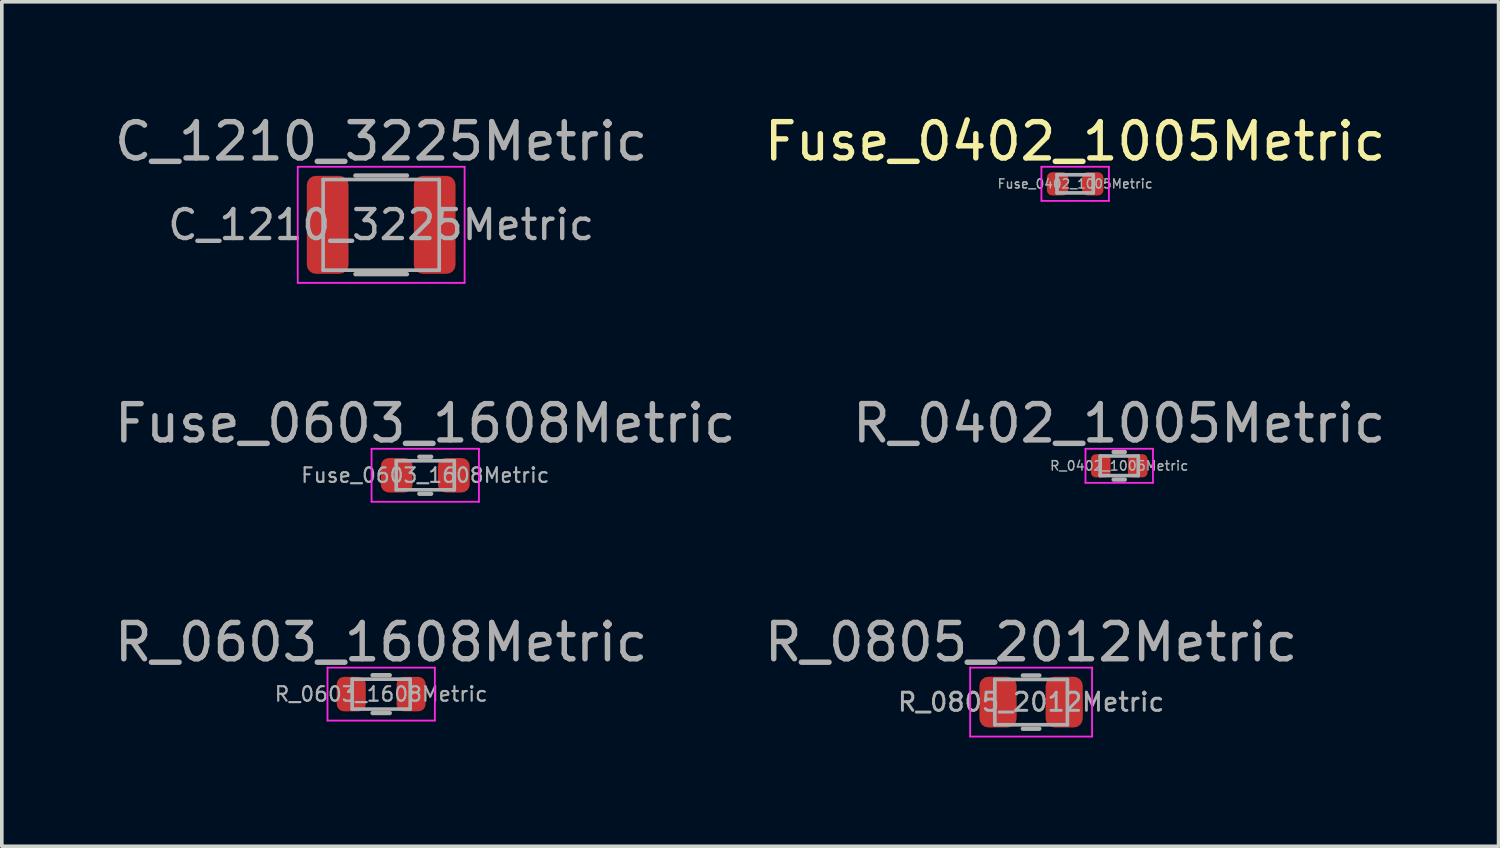
<source format=kicad_pcb>
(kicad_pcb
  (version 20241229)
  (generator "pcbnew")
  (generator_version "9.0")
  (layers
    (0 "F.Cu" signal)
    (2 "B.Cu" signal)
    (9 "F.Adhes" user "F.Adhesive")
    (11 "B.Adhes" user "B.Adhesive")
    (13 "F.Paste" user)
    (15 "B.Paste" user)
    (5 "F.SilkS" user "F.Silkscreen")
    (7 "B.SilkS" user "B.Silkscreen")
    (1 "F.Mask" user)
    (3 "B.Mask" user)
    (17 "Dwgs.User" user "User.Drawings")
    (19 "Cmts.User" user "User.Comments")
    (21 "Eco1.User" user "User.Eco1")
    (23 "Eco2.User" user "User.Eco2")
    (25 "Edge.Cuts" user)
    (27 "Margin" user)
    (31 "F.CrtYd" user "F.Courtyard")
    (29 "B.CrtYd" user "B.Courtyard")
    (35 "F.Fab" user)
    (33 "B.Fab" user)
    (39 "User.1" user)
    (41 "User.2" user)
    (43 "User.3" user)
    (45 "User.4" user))
  (footprint "R_0603_1608Metric"
    (layer "F.Cu")
    (at 7.458 16.085)
    (property "Reference" "R_0603_1608Metric" (at 0 -1.43 0) (layer "F.Fab") (effects (font (size 1 1) (thickness 0.15))))
    (attr smd)
    (fp_line (start -1.48 -0.73) (end 1.48 -0.73) (stroke (width 0.05) (type solid)) (layer "F.CrtYd"))
    (fp_line (start -1.48 0.73) (end -1.48 -0.73) (stroke (width 0.05) (type solid)) (layer "F.CrtYd"))
    (fp_line (start 1.48 -0.73) (end 1.48 0.73) (stroke (width 0.05) (type solid)) (layer "F.CrtYd"))
    (fp_line (start 1.48 0.73) (end -1.48 0.73) (stroke (width 0.05) (type solid)) (layer "F.CrtYd"))
    (fp_line (start -0.8 -0.412) (end 0.8 -0.412) (stroke (width 0.1) (type solid)) (layer "F.Fab"))
    (fp_line (start -0.8 0.412) (end -0.8 -0.412) (stroke (width 0.1) (type solid)) (layer "F.Fab"))
    (fp_line (start -0.237 -0.522) (end 0.237 -0.522) (stroke (width 0.12) (type solid)) (layer "F.Fab"))
    (fp_line (start -0.237 0.522) (end 0.237 0.522) (stroke (width 0.12) (type solid)) (layer "F.Fab"))
    (fp_line (start 0.8 -0.412) (end 0.8 0.412) (stroke (width 0.1) (type solid)) (layer "F.Fab"))
    (fp_line (start 0.8 0.412) (end -0.8 0.412) (stroke (width 0.1) (type solid)) (layer "F.Fab"))
    (fp_text user "${REFERENCE}" (at 0 0 0) (layer "F.Fab") (effects (font (size 0.4 0.4) (thickness 0.06))))
    (pad "1" smd roundrect (at -0.825 0) (size 0.8 0.95) (layers "F.Cu" "F.Mask" "F.Paste") (roundrect_rratio 0.25))
    (pad "2" smd roundrect (at 0.825 0) (size 0.8 0.95) (layers "F.Cu" "F.Mask" "F.Paste") (roundrect_rratio 0.25)))
  (footprint "Fuse_0603_1608Metric"
    (layer "F.Cu")
    (at 8.673 10.052)
    (property "Reference" "Fuse_0603_1608Metric" (at 0 -1.43 0) (layer "F.Fab") (effects (font (size 1 1) (thickness 0.15))))
    (attr smd)
    (fp_line (start -1.48 -0.73) (end 1.48 -0.73) (stroke (width 0.05) (type solid)) (layer "F.CrtYd"))
    (fp_line (start -1.48 0.73) (end -1.48 -0.73) (stroke (width 0.05) (type solid)) (layer "F.CrtYd"))
    (fp_line (start 1.48 -0.73) (end 1.48 0.73) (stroke (width 0.05) (type solid)) (layer "F.CrtYd"))
    (fp_line (start 1.48 0.73) (end -1.48 0.73) (stroke (width 0.05) (type solid)) (layer "F.CrtYd"))
    (fp_line (start -0.8 -0.4) (end 0.8 -0.4) (stroke (width 0.1) (type solid)) (layer "F.Fab"))
    (fp_line (start -0.8 0.4) (end -0.8 -0.4) (stroke (width 0.1) (type solid)) (layer "F.Fab"))
    (fp_line (start -0.163 -0.51) (end 0.163 -0.51) (stroke (width 0.12) (type solid)) (layer "F.Fab"))
    (fp_line (start -0.163 0.51) (end 0.163 0.51) (stroke (width 0.12) (type solid)) (layer "F.Fab"))
    (fp_line (start 0.8 -0.4) (end 0.8 0.4) (stroke (width 0.1) (type solid)) (layer "F.Fab"))
    (fp_line (start 0.8 0.4) (end -0.8 0.4) (stroke (width 0.1) (type solid)) (layer "F.Fab"))
    (fp_text user "${REFERENCE}" (at 0 0 0) (layer "F.Fab") (effects (font (size 0.4 0.4) (thickness 0.06))))
    (pad "1" smd roundrect (at -0.787 0) (size 0.875 0.95) (layers "F.Cu" "F.Mask" "F.Paste") (roundrect_rratio 0.25))
    (pad "2" smd roundrect (at 0.787 0) (size 0.875 0.95) (layers "F.Cu" "F.Mask" "F.Paste") (roundrect_rratio 0.25)))
  (footprint "R_0805_2012Metric"
    (layer "F.Cu")
    (at 25.375 16.305)
    (property "Reference" "R_0805_2012Metric" (at 0 -1.65 0) (layer "F.Fab") (effects (font (size 1 1) (thickness 0.15))))
    (attr smd)
    (fp_line (start -1.68 -0.95) (end 1.68 -0.95) (stroke (width 0.05) (type solid)) (layer "F.CrtYd"))
    (fp_line (start -1.68 0.95) (end -1.68 -0.95) (stroke (width 0.05) (type solid)) (layer "F.CrtYd"))
    (fp_line (start 1.68 -0.95) (end 1.68 0.95) (stroke (width 0.05) (type solid)) (layer "F.CrtYd"))
    (fp_line (start 1.68 0.95) (end -1.68 0.95) (stroke (width 0.05) (type solid)) (layer "F.CrtYd"))
    (fp_line (start -1 -0.625) (end 1 -0.625) (stroke (width 0.1) (type solid)) (layer "F.Fab"))
    (fp_line (start -1 0.625) (end -1 -0.625) (stroke (width 0.1) (type solid)) (layer "F.Fab"))
    (fp_line (start -0.227 -0.735) (end 0.227 -0.735) (stroke (width 0.12) (type solid)) (layer "F.Fab"))
    (fp_line (start -0.227 0.735) (end 0.227 0.735) (stroke (width 0.12) (type solid)) (layer "F.Fab"))
    (fp_line (start 1 -0.625) (end 1 0.625) (stroke (width 0.1) (type solid)) (layer "F.Fab"))
    (fp_line (start 1 0.625) (end -1 0.625) (stroke (width 0.1) (type solid)) (layer "F.Fab"))
    (fp_text user "${REFERENCE}" (at 0 0 0) (layer "F.Fab") (effects (font (size 0.5 0.5) (thickness 0.08))))
    (pad "1" smd roundrect (at -0.912 0) (size 1.025 1.4) (layers "F.Cu" "F.Mask" "F.Paste") (roundrect_rratio 0.244))
    (pad "2" smd roundrect (at 0.912 0) (size 1.025 1.4) (layers "F.Cu" "F.Mask" "F.Paste") (roundrect_rratio 0.244)))
  (footprint "C_1210_3225Metric"
    (layer "F.Cu")
    (at 7.458 3.148)
    (property "Reference" "C_1210_3225Metric" (at 0 -2.3 0) (layer "F.Fab") (effects (font (size 1 1) (thickness 0.15))))
    (attr smd)
    (fp_line (start -2.3 -1.6) (end 2.3 -1.6) (stroke (width 0.05) (type solid)) (layer "F.CrtYd"))
    (fp_line (start -2.3 1.6) (end -2.3 -1.6) (stroke (width 0.05) (type solid)) (layer "F.CrtYd"))
    (fp_line (start 2.3 -1.6) (end 2.3 1.6) (stroke (width 0.05) (type solid)) (layer "F.CrtYd"))
    (fp_line (start 2.3 1.6) (end -2.3 1.6) (stroke (width 0.05) (type solid)) (layer "F.CrtYd"))
    (fp_line (start -1.6 -1.25) (end 1.6 -1.25) (stroke (width 0.1) (type solid)) (layer "F.Fab"))
    (fp_line (start -1.6 1.25) (end -1.6 -1.25) (stroke (width 0.1) (type solid)) (layer "F.Fab"))
    (fp_line (start -0.711 -1.36) (end 0.711 -1.36) (stroke (width 0.12) (type solid)) (layer "F.Fab"))
    (fp_line (start -0.711 1.36) (end 0.711 1.36) (stroke (width 0.12) (type solid)) (layer "F.Fab"))
    (fp_line (start 1.6 -1.25) (end 1.6 1.25) (stroke (width 0.1) (type solid)) (layer "F.Fab"))
    (fp_line (start 1.6 1.25) (end -1.6 1.25) (stroke (width 0.1) (type solid)) (layer "F.Fab"))
    (fp_text user "${REFERENCE}" (at 0 0 0) (layer "F.Fab") (effects (font (size 0.8 0.8) (thickness 0.12))))
    (pad "1" smd roundrect (at -1.475 0) (size 1.15 2.7) (layers "F.Cu" "F.Mask" "F.Paste") (roundrect_rratio 0.217))
    (pad "2" smd roundrect (at 1.475 0) (size 1.15 2.7) (layers "F.Cu" "F.Mask" "F.Paste") (roundrect_rratio 0.217)))
  (footprint "R_0402_1005Metric"
    (layer "F.Cu")
    (at 27.804 9.791)
    (property "Reference" "R_0402_1005Metric" (at 0 -1.17 0) (layer "F.Fab") (effects (font (size 1 1) (thickness 0.15))))
    (attr smd)
    (fp_line (start -0.93 -0.47) (end 0.93 -0.47) (stroke (width 0.05) (type solid)) (layer "F.CrtYd"))
    (fp_line (start -0.93 0.47) (end -0.93 -0.47) (stroke (width 0.05) (type solid)) (layer "F.CrtYd"))
    (fp_line (start 0.93 -0.47) (end 0.93 0.47) (stroke (width 0.05) (type solid)) (layer "F.CrtYd"))
    (fp_line (start 0.93 0.47) (end -0.93 0.47) (stroke (width 0.05) (type solid)) (layer "F.CrtYd"))
    (fp_line (start -0.525 -0.27) (end 0.525 -0.27) (stroke (width 0.1) (type solid)) (layer "F.Fab"))
    (fp_line (start -0.525 0.27) (end -0.525 -0.27) (stroke (width 0.1) (type solid)) (layer "F.Fab"))
    (fp_line (start -0.154 -0.38) (end 0.154 -0.38) (stroke (width 0.12) (type solid)) (layer "F.Fab"))
    (fp_line (start -0.154 0.38) (end 0.154 0.38) (stroke (width 0.12) (type solid)) (layer "F.Fab"))
    (fp_line (start 0.525 -0.27) (end 0.525 0.27) (stroke (width 0.1) (type solid)) (layer "F.Fab"))
    (fp_line (start 0.525 0.27) (end -0.525 0.27) (stroke (width 0.1) (type solid)) (layer "F.Fab"))
    (fp_text user "${REFERENCE}" (at 0 0 0) (layer "F.Fab") (effects (font (size 0.26 0.26) (thickness 0.04))))
    (pad "1" smd roundrect (at -0.51 0) (size 0.54 0.64) (layers "F.Cu" "F.Mask" "F.Paste") (roundrect_rratio 0.25))
    (pad "2" smd roundrect (at 0.51 0) (size 0.54 0.64) (layers "F.Cu" "F.Mask" "F.Paste") (roundrect_rratio 0.25)))
  (footprint "Fuse_0402_1005Metric"
    (layer "F.Cu")
    (at 26.589 2.018)
    (property "Reference" "Fuse_0402_1005Metric" (at 0 -1.17 0) (layer "F.SilkS") (effects (font (size 1 1) (thickness 0.15))))
    (attr smd)
    (fp_line (start -0.93 -0.47) (end 0.93 -0.47) (stroke (width 0.05) (type solid)) (layer "F.CrtYd"))
    (fp_line (start -0.93 0.47) (end -0.93 -0.47) (stroke (width 0.05) (type solid)) (layer "F.CrtYd"))
    (fp_line (start 0.93 -0.47) (end 0.93 0.47) (stroke (width 0.05) (type solid)) (layer "F.CrtYd"))
    (fp_line (start 0.93 0.47) (end -0.93 0.47) (stroke (width 0.05) (type solid)) (layer "F.CrtYd"))
    (fp_line (start -0.5 -0.25) (end 0.5 -0.25) (stroke (width 0.1) (type solid)) (layer "F.Fab"))
    (fp_line (start -0.5 0.25) (end -0.5 -0.25) (stroke (width 0.1) (type solid)) (layer "F.Fab"))
    (fp_line (start 0.5 -0.25) (end 0.5 0.25) (stroke (width 0.1) (type solid)) (layer "F.Fab"))
    (fp_line (start 0.5 0.25) (end -0.5 0.25) (stroke (width 0.1) (type solid)) (layer "F.Fab"))
    (fp_text user "${REFERENCE}" (at 0 0 0) (layer "F.Fab") (effects (font (size 0.25 0.25) (thickness 0.04))))
    (pad "1" smd roundrect (at -0.485 0) (size 0.59 0.64) (layers "F.Cu" "F.Mask" "F.Paste") (roundrect_rratio 0.25))
    (pad "2" smd roundrect (at 0.485 0) (size 0.59 0.64) (layers "F.Cu" "F.Mask" "F.Paste") (roundrect_rratio 0.25)))
  (gr_rect
    (start -3 -3)
    (end 38.262 20.28)
    (stroke (width 0.1) (type default))
    (fill no)
    (layer "Edge.Cuts")))
</source>
